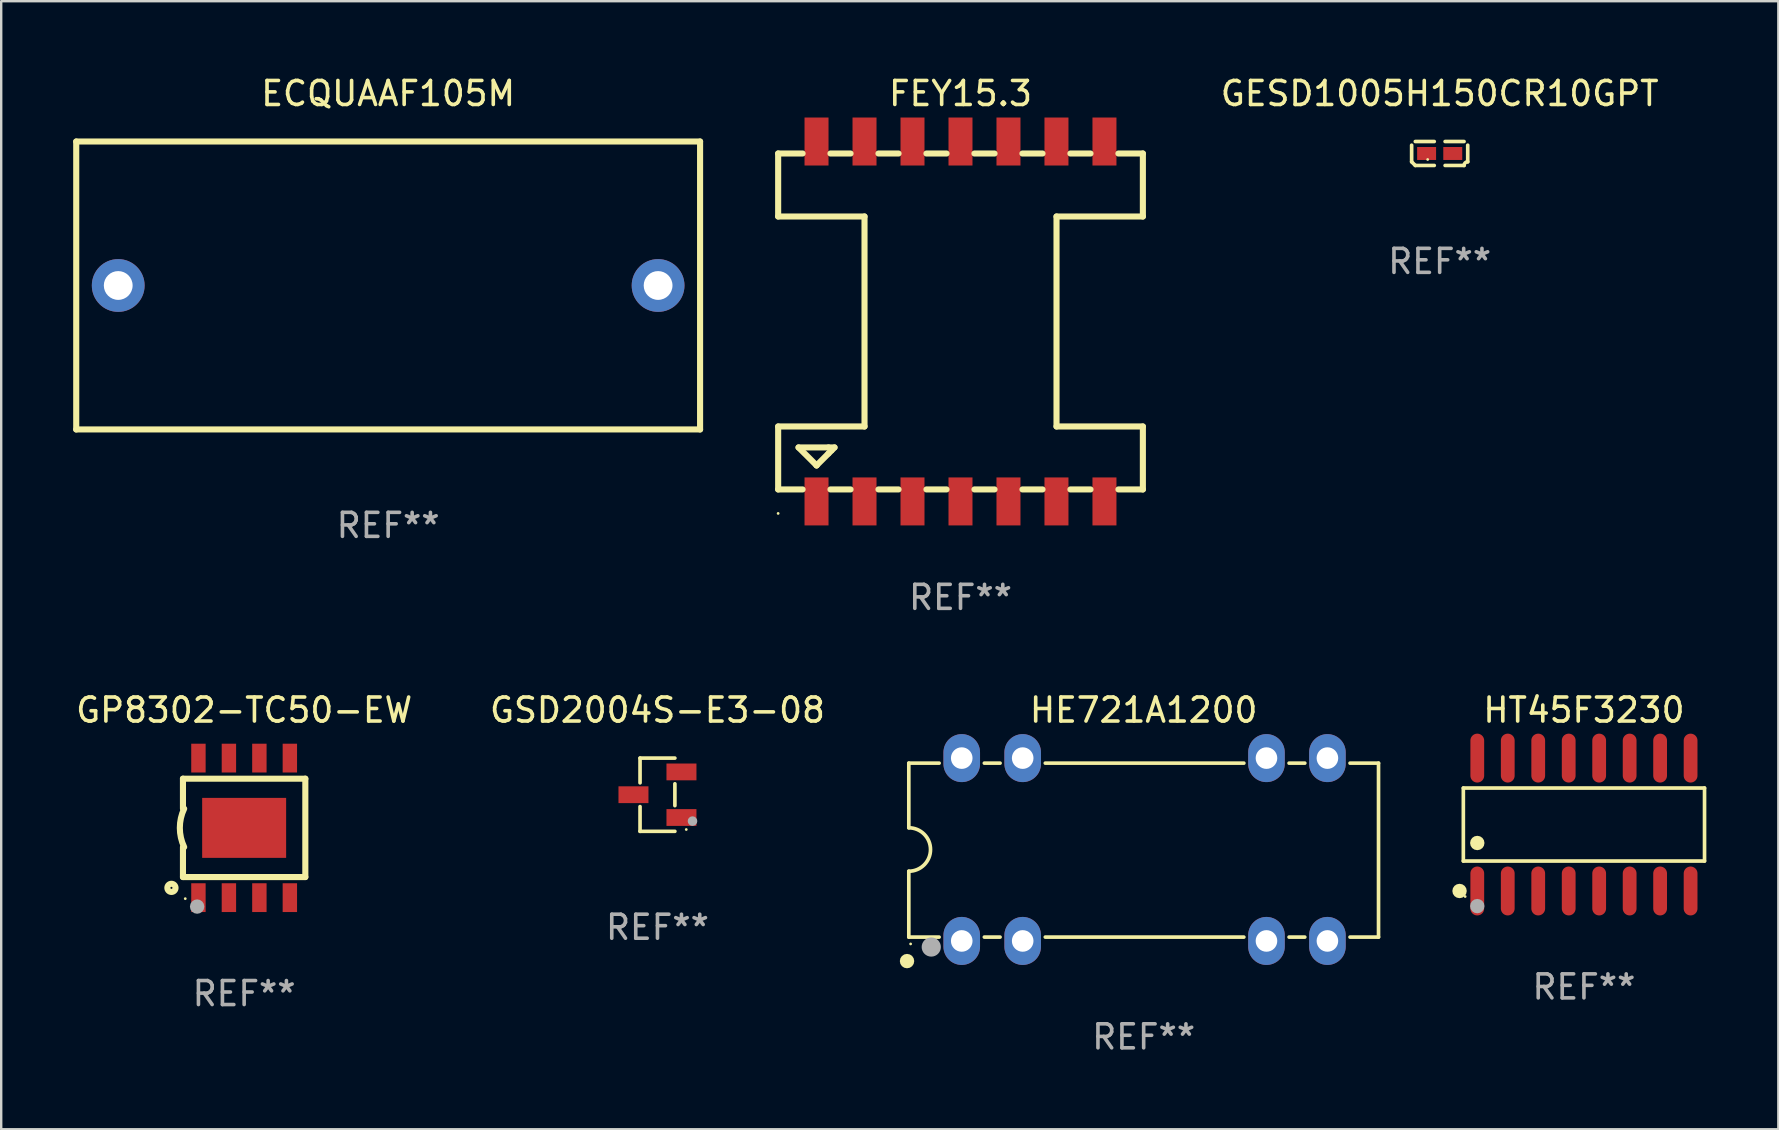
<source format=kicad_pcb>
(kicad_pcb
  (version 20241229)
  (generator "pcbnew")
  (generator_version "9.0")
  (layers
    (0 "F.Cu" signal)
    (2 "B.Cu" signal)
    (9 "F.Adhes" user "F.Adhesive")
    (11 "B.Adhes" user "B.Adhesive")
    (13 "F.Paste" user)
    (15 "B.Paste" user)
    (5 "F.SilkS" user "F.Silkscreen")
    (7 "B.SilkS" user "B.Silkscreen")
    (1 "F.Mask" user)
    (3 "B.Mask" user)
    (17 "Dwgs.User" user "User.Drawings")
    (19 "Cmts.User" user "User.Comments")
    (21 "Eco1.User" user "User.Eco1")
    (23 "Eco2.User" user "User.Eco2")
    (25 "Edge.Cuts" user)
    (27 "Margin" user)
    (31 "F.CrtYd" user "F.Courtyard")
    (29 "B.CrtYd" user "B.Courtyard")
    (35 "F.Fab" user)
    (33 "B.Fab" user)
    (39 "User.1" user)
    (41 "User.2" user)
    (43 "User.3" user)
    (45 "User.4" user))
  (footprint "GP8302-TC50-EW"
    (layer "F.Cu")
    (at 7.125 31.453)
    (property "Reference" "GP8302-TC50-EW" (at 0 -4.908 0) (layer "F.SilkS") (effects (font (size 1 1) (thickness 0.15))))
    (attr through_hole)
    (fp_line (start -2.55 -2.05) (end 2.55 -2.05) (stroke (width 0.254) (type solid)) (layer "F.SilkS"))
    (fp_line (start -2.55 -0.8) (end -2.55 -2.05) (stroke (width 0.254) (type solid)) (layer "F.SilkS"))
    (fp_line (start -2.55 0.8) (end -2.55 2.05) (stroke (width 0.254) (type solid)) (layer "F.SilkS"))
    (fp_line (start 2.55 -2.05) (end 2.55 2.05) (stroke (width 0.254) (type solid)) (layer "F.SilkS"))
    (fp_line (start 2.55 2.05) (end -2.55 2.05) (stroke (width 0.254) (type solid)) (layer "F.SilkS"))
    (fp_arc (start -2.499873 0.800102) (mid -2.680296 0) (end -2.499873 -0.800102) (stroke (width 0.254001) (type solid)) (layer "F.SilkS"))
    (fp_circle (center -3.03 2.5) (end -2.86 2.5) (stroke (width 0.254) (type solid)) (fill no) (layer "F.SilkS"))
    (fp_circle (center -2.454 2.95) (end -2.424 2.95) (stroke (width 0.06) (type solid)) (fill no) (layer "F.SilkS"))
    (fp_circle (center -1.96 3.28) (end -1.81 3.28) (stroke (width 0.3) (type solid)) (fill no) (layer "F.Fab"))
    (fp_text user "REF**" (at 0 6.908 0) (layer "F.Fab") (effects (font (size 1 1) (thickness 0.15))))
    (pad "1" smd rect (at -1.905 2.908) (size 0.6 1.2) (layers "F.Cu" "F.Mask" "F.Paste"))
    (pad "2" smd rect (at -0.635 2.908) (size 0.6 1.2) (layers "F.Cu" "F.Mask" "F.Paste"))
    (pad "3" smd rect (at 0.635 2.908) (size 0.6 1.2) (layers "F.Cu" "F.Mask" "F.Paste"))
    (pad "4" smd rect (at 1.905 2.908) (size 0.6 1.2) (layers "F.Cu" "F.Mask" "F.Paste"))
    (pad "5" smd rect (at 1.905 -2.908) (size 0.6 1.2) (layers "F.Cu" "F.Mask" "F.Paste"))
    (pad "6" smd rect (at 0.635 -2.908) (size 0.6 1.2) (layers "F.Cu" "F.Mask" "F.Paste"))
    (pad "7" smd rect (at -0.635 -2.908) (size 0.6 1.2) (layers "F.Cu" "F.Mask" "F.Paste"))
    (pad "8" smd rect (at -1.905 -2.908) (size 0.6 1.2) (layers "F.Cu" "F.Mask" "F.Paste"))
    (pad "9" smd rect (at 0 0 180) (size 3.5 2.5) (layers "F.Cu" "F.Mask" "F.Paste")))
  (footprint "GESD1005H150CR10GPT"
    (layer "F.Cu")
    (at 56.951 3.347)
    (property "Reference" "GESD1005H150CR10GPT" (at 0 -2.499 0) (layer "F.SilkS") (effects (font (size 1 1) (thickness 0.15))))
    (attr through_hole)
    (fp_line (start -1.169 0.346) (end -1.169 -0.346) (stroke (width 0.152) (type solid)) (layer "F.SilkS"))
    (fp_line (start -1.016 -0.499) (end -0.226 -0.499) (stroke (width 0.152) (type solid)) (layer "F.SilkS"))
    (fp_line (start -0.226 0.499) (end -1.016 0.499) (stroke (width 0.152) (type solid)) (layer "F.SilkS"))
    (fp_line (start 0.226 0.499) (end 1.016 0.499) (stroke (width 0.152) (type solid)) (layer "F.SilkS"))
    (fp_line (start 1.016 -0.499) (end 0.226 -0.499) (stroke (width 0.152) (type solid)) (layer "F.SilkS"))
    (fp_line (start 1.169 0.346) (end 1.169 -0.346) (stroke (width 0.152) (type solid)) (layer "F.SilkS"))
    (fp_arc (start -1.016307 0.498603) (mid -1.092512 0.422405) (end -1.16871 0.3462) (stroke (width 0.1524) (type solid)) (layer "F.SilkS"))
    (fp_arc (start 1.016307 0.498603) (mid 1.060899 0.390758) (end 1.168707 0.346076) (stroke (width 0.1524) (type solid)) (layer "F.SilkS"))
    (fp_circle (center -0.5 0.25) (end -0.47 0.25) (stroke (width 0.06) (type solid)) (fill no) (layer "F.SilkS"))
    (fp_text user "REF**" (at 0 4.499 0) (layer "F.Fab") (effects (font (size 1 1) (thickness 0.15))))
    (pad "1" smd rect (at -0.545 0) (size 0.79 0.54) (layers "F.Cu" "F.Mask" "F.Paste"))
    (pad "2" smd rect (at 0.545 0) (size 0.79 0.54) (layers "F.Cu" "F.Mask" "F.Paste")))
  (footprint "HE721A1200"
    (layer "F.Cu")
    (at 44.614 32.355)
    (property "Reference" "HE721A1200" (at 0 -5.81 0) (layer "F.SilkS") (effects (font (size 1 1) (thickness 0.15))))
    (attr through_hole)
    (fp_line (start -9.788 -3.6) (end -9.788 -0.905) (stroke (width 0.152) (type solid)) (layer "F.SilkS"))
    (fp_line (start -9.788 0.905) (end -9.788 3.65) (stroke (width 0.152) (type solid)) (layer "F.SilkS"))
    (fp_line (start -9.788 3.65) (end -8.524 3.65) (stroke (width 0.152) (type solid)) (layer "F.SilkS"))
    (fp_line (start -8.524 -3.6) (end -9.788 -3.6) (stroke (width 0.152) (type solid)) (layer "F.SilkS"))
    (fp_line (start -6.64 3.65) (end -5.984 3.65) (stroke (width 0.152) (type solid)) (layer "F.SilkS"))
    (fp_line (start -5.984 -3.6) (end -6.64 -3.6) (stroke (width 0.152) (type solid)) (layer "F.SilkS"))
    (fp_line (start -4.1 3.65) (end 4.176 3.65) (stroke (width 0.152) (type solid)) (layer "F.SilkS"))
    (fp_line (start 4.176 -3.6) (end -4.1 -3.6) (stroke (width 0.152) (type solid)) (layer "F.SilkS"))
    (fp_line (start 6.06 3.65) (end 6.716 3.65) (stroke (width 0.152) (type solid)) (layer "F.SilkS"))
    (fp_line (start 6.716 -3.6) (end 6.06 -3.6) (stroke (width 0.152) (type solid)) (layer "F.SilkS"))
    (fp_line (start 8.6 3.65) (end 9.788 3.65) (stroke (width 0.152) (type solid)) (layer "F.SilkS"))
    (fp_line (start 9.788 -3.6) (end 8.6 -3.6) (stroke (width 0.152) (type solid)) (layer "F.SilkS"))
    (fp_line (start 9.788 3.65) (end 9.788 -3.6) (stroke (width 0.152) (type solid)) (layer "F.SilkS"))
    (fp_arc (start -9.788112 -0.905001) (mid -8.883114 0.000001) (end -9.788113 0.905001) (stroke (width 0.1524) (type solid)) (layer "F.SilkS"))
    (fp_circle (center -9.862 4.65) (end -9.712 4.65) (stroke (width 0.3) (type solid)) (fill no) (layer "F.SilkS"))
    (fp_circle (center -9.712 3.935) (end -9.682 3.935) (stroke (width 0.06) (type solid)) (fill no) (layer "F.SilkS"))
    (fp_circle (center -8.852 4.064) (end -8.652 4.064) (stroke (width 0.4) (type solid)) (fill no) (layer "F.Fab"))
    (fp_text user "REF**" (at 0 7.81 0) (layer "F.Fab") (effects (font (size 1 1) (thickness 0.15))))
    (pad "1" thru_hole oval (at -7.582 3.81) (size 1.524 2) (drill 0.9) (layers "*.Cu" "*.Mask"))
    (pad "2" thru_hole oval (at -5.042 3.81) (size 1.524 2) (drill 0.9) (layers "*.Cu" "*.Mask"))
    (pad "6" thru_hole oval (at 5.118 3.81) (size 1.524 2) (drill 0.9) (layers "*.Cu" "*.Mask"))
    (pad "7" thru_hole oval (at 7.658 3.81) (size 1.524 2) (drill 0.9) (layers "*.Cu" "*.Mask"))
    (pad "8" thru_hole oval (at 7.658 -3.81) (size 1.524 2) (drill 0.9) (layers "*.Cu" "*.Mask"))
    (pad "9" thru_hole oval (at 5.118 -3.81) (size 1.524 2) (drill 0.9) (layers "*.Cu" "*.Mask"))
    (pad "13" thru_hole oval (at -5.042 -3.81) (size 1.524 2) (drill 0.9) (layers "*.Cu" "*.Mask"))
    (pad "14" thru_hole oval (at -7.582 -3.81) (size 1.524 2) (drill 0.9) (layers "*.Cu" "*.Mask")))
  (footprint "FEY15.3"
    (layer "F.Cu")
    (at 36.981 10.348)
    (property "Reference" "FEY15.3" (at 0 -9.5 0) (layer "F.SilkS") (effects (font (size 1 1) (thickness 0.15))))
    (attr through_hole)
    (fp_line (start -7.6 -7.001) (end -6.581 -7.001) (stroke (width 0.254) (type solid)) (layer "F.SilkS"))
    (fp_line (start -7.6 -4.375) (end -7.6 -7.001) (stroke (width 0.254) (type solid)) (layer "F.SilkS"))
    (fp_line (start -7.6 4.376) (end -4.001 4.376) (stroke (width 0.254) (type solid)) (layer "F.SilkS"))
    (fp_line (start -7.6 7) (end -7.6 4.376) (stroke (width 0.254) (type solid)) (layer "F.SilkS"))
    (fp_line (start -6.751 5.25) (end -5.502 5.25) (stroke (width 0.254) (type solid)) (layer "F.SilkS"))
    (fp_line (start -6.581 7) (end -7.6 7) (stroke (width 0.254) (type solid)) (layer "F.SilkS"))
    (fp_line (start -5.999 5.999) (end -6.751 5.25) (stroke (width 0.254) (type solid)) (layer "F.SilkS"))
    (fp_line (start -5.999 5.999) (end -5.999 5.999) (stroke (width 0.254) (type solid)) (layer "F.SilkS"))
    (fp_line (start -5.502 5.25) (end -5.251 5.25) (stroke (width 0.254) (type solid)) (layer "F.SilkS"))
    (fp_line (start -5.502 5.501) (end -5.999 5.999) (stroke (width 0.254) (type solid)) (layer "F.SilkS"))
    (fp_line (start -5.42 -7) (end -4.582 -7) (stroke (width 0.254) (type solid)) (layer "F.SilkS"))
    (fp_line (start -5.376 5.375) (end -5.502 5.501) (stroke (width 0.254) (type solid)) (layer "F.SilkS"))
    (fp_line (start -5.251 5.25) (end -5.376 5.375) (stroke (width 0.254) (type solid)) (layer "F.SilkS"))
    (fp_line (start -4.582 7) (end -5.42 7) (stroke (width 0.254) (type solid)) (layer "F.SilkS"))
    (fp_line (start -4.001 -4.375) (end -7.6 -4.375) (stroke (width 0.254) (type solid)) (layer "F.SilkS"))
    (fp_line (start -4.001 4.376) (end -4.001 -4.375) (stroke (width 0.254) (type solid)) (layer "F.SilkS"))
    (fp_line (start -3.42 -7) (end -2.582 -7) (stroke (width 0.254) (type solid)) (layer "F.SilkS"))
    (fp_line (start -2.582 7) (end -3.42 7) (stroke (width 0.254) (type solid)) (layer "F.SilkS"))
    (fp_line (start -1.42 -7) (end -0.582 -7) (stroke (width 0.254) (type solid)) (layer "F.SilkS"))
    (fp_line (start -0.582 7) (end -1.42 7) (stroke (width 0.254) (type solid)) (layer "F.SilkS"))
    (fp_line (start 0.58 -7) (end 1.418 -7) (stroke (width 0.254) (type solid)) (layer "F.SilkS"))
    (fp_line (start 1.418 7) (end 0.581 7) (stroke (width 0.254) (type solid)) (layer "F.SilkS"))
    (fp_line (start 2.58 -7) (end 3.418 -7) (stroke (width 0.254) (type solid)) (layer "F.SilkS"))
    (fp_line (start 3.418 7) (end 2.581 7) (stroke (width 0.254) (type solid)) (layer "F.SilkS"))
    (fp_line (start 4.001 -4.375) (end 4.001 4.376) (stroke (width 0.254) (type solid)) (layer "F.SilkS"))
    (fp_line (start 4.001 4.376) (end 7.6 4.376) (stroke (width 0.254) (type solid)) (layer "F.SilkS"))
    (fp_line (start 4.58 -7) (end 5.418 -7) (stroke (width 0.254) (type solid)) (layer "F.SilkS"))
    (fp_line (start 5.418 7) (end 4.58 7) (stroke (width 0.254) (type solid)) (layer "F.SilkS"))
    (fp_line (start 6.58 -7) (end 7.599 -7) (stroke (width 0.254) (type solid)) (layer "F.SilkS"))
    (fp_line (start 7.6 -7.001) (end 7.6 -4.375) (stroke (width 0.254) (type solid)) (layer "F.SilkS"))
    (fp_line (start 7.6 -4.375) (end 4.001 -4.375) (stroke (width 0.254) (type solid)) (layer "F.SilkS"))
    (fp_line (start 7.6 4.376) (end 7.6 7) (stroke (width 0.254) (type solid)) (layer "F.SilkS"))
    (fp_line (start 7.6 7) (end 6.581 7) (stroke (width 0.254) (type solid)) (layer "F.SilkS"))
    (fp_circle (center -7.601 8) (end -7.571 8) (stroke (width 0.06) (type solid)) (fill no) (layer "F.SilkS"))
    (fp_text user "REF**" (at 0 11.5 0) (layer "F.Fab") (effects (font (size 1 1) (thickness 0.15))))
    (pad "1" smd rect (at -6.001 7.5) (size 1 2) (layers "F.Cu" "F.Mask" "F.Paste"))
    (pad "2" smd rect (at -4.001 7.5) (size 1 2) (layers "F.Cu" "F.Mask" "F.Paste"))
    (pad "3" smd rect (at -2.001 7.5) (size 1 2) (layers "F.Cu" "F.Mask" "F.Paste"))
    (pad "4" smd rect (at -0.001 7.5) (size 1 2) (layers "F.Cu" "F.Mask" "F.Paste"))
    (pad "5" smd rect (at 1.999 7.5) (size 1 2) (layers "F.Cu" "F.Mask" "F.Paste"))
    (pad "6" smd rect (at 3.999 7.5) (size 1 2) (layers "F.Cu" "F.Mask" "F.Paste"))
    (pad "7" smd rect (at 5.999 7.5) (size 1 2) (layers "F.Cu" "F.Mask" "F.Paste"))
    (pad "8" smd rect (at 5.999 -7.5) (size 1 2) (layers "F.Cu" "F.Mask" "F.Paste"))
    (pad "9" smd rect (at 3.999 -7.5) (size 1 2) (layers "F.Cu" "F.Mask" "F.Paste"))
    (pad "10" smd rect (at 1.999 -7.5) (size 1 2) (layers "F.Cu" "F.Mask" "F.Paste"))
    (pad "11" smd rect (at -0.001 -7.5) (size 1 2) (layers "F.Cu" "F.Mask" "F.Paste"))
    (pad "12" smd rect (at -2.001 -7.5) (size 1 2) (layers "F.Cu" "F.Mask" "F.Paste"))
    (pad "13" smd rect (at -4.001 -7.5) (size 1 2) (layers "F.Cu" "F.Mask" "F.Paste"))
    (pad "14" smd rect (at -6.001 -7.5) (size 1 2) (layers "F.Cu" "F.Mask" "F.Paste")))
  (footprint "ECQUAAF105M"
    (layer "F.Cu")
    (at 13.127 8.848)
    (property "Reference" "ECQUAAF105M" (at 0 -8 0) (layer "F.SilkS") (effects (font (size 1 1) (thickness 0.15))))
    (attr through_hole)
    (fp_line (start -13 -6) (end 13 -6) (stroke (width 0.254) (type solid)) (layer "F.SilkS"))
    (fp_line (start -13 6) (end -13 -6) (stroke (width 0.254) (type solid)) (layer "F.SilkS"))
    (fp_line (start 13 -6) (end 13 6) (stroke (width 0.254) (type solid)) (layer "F.SilkS"))
    (fp_line (start 13 6) (end -13 6) (stroke (width 0.254) (type solid)) (layer "F.SilkS"))
    (fp_circle (center -13 6) (end -12.97 6) (stroke (width 0.06) (type solid)) (fill no) (layer "F.SilkS"))
    (fp_text user "REF**" (at 0 10 0) (layer "F.Fab") (effects (font (size 1 1) (thickness 0.15))))
    (pad "1" thru_hole circle (at -11.25 0) (size 2.2 2.2) (drill 1.2) (layers "*.Cu" "*.Mask"))
    (pad "2" thru_hole circle (at 11.25 0) (size 2.2 2.2) (drill 1.2) (layers "*.Cu" "*.Mask")))
  (footprint "HT45F3230"
    (layer "F.Cu")
    (at 62.963 31.314)
    (property "Reference" "HT45F3230" (at 0 -4.769 0) (layer "F.SilkS") (effects (font (size 1 1) (thickness 0.15))))
    (attr through_hole)
    (fp_line (start -5.026 -1.521) (end 5.026 -1.521) (stroke (width 0.152) (type solid)) (layer "F.SilkS"))
    (fp_line (start -5.026 1.521) (end -5.026 -1.521) (stroke (width 0.152) (type solid)) (layer "F.SilkS"))
    (fp_line (start 5.026 -1.521) (end 5.026 1.521) (stroke (width 0.152) (type solid)) (layer "F.SilkS"))
    (fp_line (start 5.026 1.521) (end -5.026 1.521) (stroke (width 0.152) (type solid)) (layer "F.SilkS"))
    (fp_circle (center -5.184 2.769) (end -5.034 2.769) (stroke (width 0.3) (type solid)) (fill no) (layer "F.SilkS"))
    (fp_circle (center -4.95 3) (end -4.92 3) (stroke (width 0.06) (type solid)) (fill no) (layer "F.SilkS"))
    (fp_circle (center -4.445 0.769) (end -4.295 0.769) (stroke (width 0.3) (type solid)) (fill no) (layer "F.SilkS"))
    (fp_circle (center -4.445 3.4) (end -4.295 3.4) (stroke (width 0.3) (type solid)) (fill no) (layer "F.Fab"))
    (fp_text user "REF**" (at 0 6.769 0) (layer "F.Fab") (effects (font (size 1 1) (thickness 0.15))))
    (pad "1" smd oval (at -4.445 2.769) (size 0.574 2.038) (layers "F.Cu" "F.Mask" "F.Paste"))
    (pad "2" smd oval (at -3.175 2.769) (size 0.574 2.038) (layers "F.Cu" "F.Mask" "F.Paste"))
    (pad "3" smd oval (at -1.905 2.769) (size 0.574 2.038) (layers "F.Cu" "F.Mask" "F.Paste"))
    (pad "4" smd oval (at -0.635 2.769) (size 0.574 2.038) (layers "F.Cu" "F.Mask" "F.Paste"))
    (pad "5" smd oval (at 0.635 2.769) (size 0.574 2.038) (layers "F.Cu" "F.Mask" "F.Paste"))
    (pad "6" smd oval (at 1.905 2.769) (size 0.574 2.038) (layers "F.Cu" "F.Mask" "F.Paste"))
    (pad "7" smd oval (at 3.175 2.769) (size 0.574 2.038) (layers "F.Cu" "F.Mask" "F.Paste"))
    (pad "8" smd oval (at 4.445 2.769) (size 0.574 2.038) (layers "F.Cu" "F.Mask" "F.Paste"))
    (pad "9" smd oval (at 4.445 -2.769) (size 0.574 2.038) (layers "F.Cu" "F.Mask" "F.Paste"))
    (pad "10" smd oval (at 3.175 -2.769) (size 0.574 2.038) (layers "F.Cu" "F.Mask" "F.Paste"))
    (pad "11" smd oval (at 1.905 -2.769) (size 0.574 2.038) (layers "F.Cu" "F.Mask" "F.Paste"))
    (pad "12" smd oval (at 0.635 -2.769) (size 0.574 2.038) (layers "F.Cu" "F.Mask" "F.Paste"))
    (pad "13" smd oval (at -0.635 -2.769) (size 0.574 2.038) (layers "F.Cu" "F.Mask" "F.Paste"))
    (pad "14" smd oval (at -1.905 -2.769) (size 0.574 2.038) (layers "F.Cu" "F.Mask" "F.Paste"))
    (pad "15" smd oval (at -3.175 -2.769) (size 0.574 2.038) (layers "F.Cu" "F.Mask" "F.Paste"))
    (pad "16" smd oval (at -4.445 -2.769) (size 0.574 2.038) (layers "F.Cu" "F.Mask" "F.Paste")))
  (footprint "GSD2004S-E3-08"
    (layer "F.Cu")
    (at 24.351 30.071)
    (property "Reference" "GSD2004S-E3-08" (at 0 -3.526 0) (layer "F.SilkS") (effects (font (size 1 1) (thickness 0.15))))
    (attr through_hole)
    (fp_line (start -0.726 -1.526) (end -0.726 -0.495) (stroke (width 0.152) (type solid)) (layer "F.SilkS"))
    (fp_line (start -0.726 1.526) (end -0.726 0.495) (stroke (width 0.152) (type solid)) (layer "F.SilkS"))
    (fp_line (start 0.726 -1.526) (end -0.726 -1.526) (stroke (width 0.152) (type solid)) (layer "F.SilkS"))
    (fp_line (start 0.726 -0.455) (end 0.726 0.455) (stroke (width 0.152) (type solid)) (layer "F.SilkS"))
    (fp_line (start 0.726 1.526) (end -0.726 1.526) (stroke (width 0.152) (type solid)) (layer "F.SilkS"))
    (fp_circle (center 1.2 1.45) (end 1.23 1.45) (stroke (width 0.06) (type solid)) (fill no) (layer "F.SilkS"))
    (fp_circle (center 1.46 1.1) (end 1.56 1.1) (stroke (width 0.2) (type solid)) (fill no) (layer "F.Fab"))
    (fp_text user "REF**" (at 0 5.526 0) (layer "F.Fab") (effects (font (size 1 1) (thickness 0.15))))
    (pad "1" smd rect (at 1 0.95) (size 1.25 0.7) (layers "F.Cu" "F.Mask" "F.Paste"))
    (pad "2" smd rect (at 1 -0.95) (size 1.25 0.7) (layers "F.Cu" "F.Mask" "F.Paste"))
    (pad "3" smd rect (at -1 0) (size 1.25 0.7) (layers "F.Cu" "F.Mask" "F.Paste")))
  (gr_rect
    (start -3 -3)
    (end 71.065 44.013)
    (stroke (width 0.1) (type default))
    (fill no)
    (layer "Edge.Cuts")))
</source>
